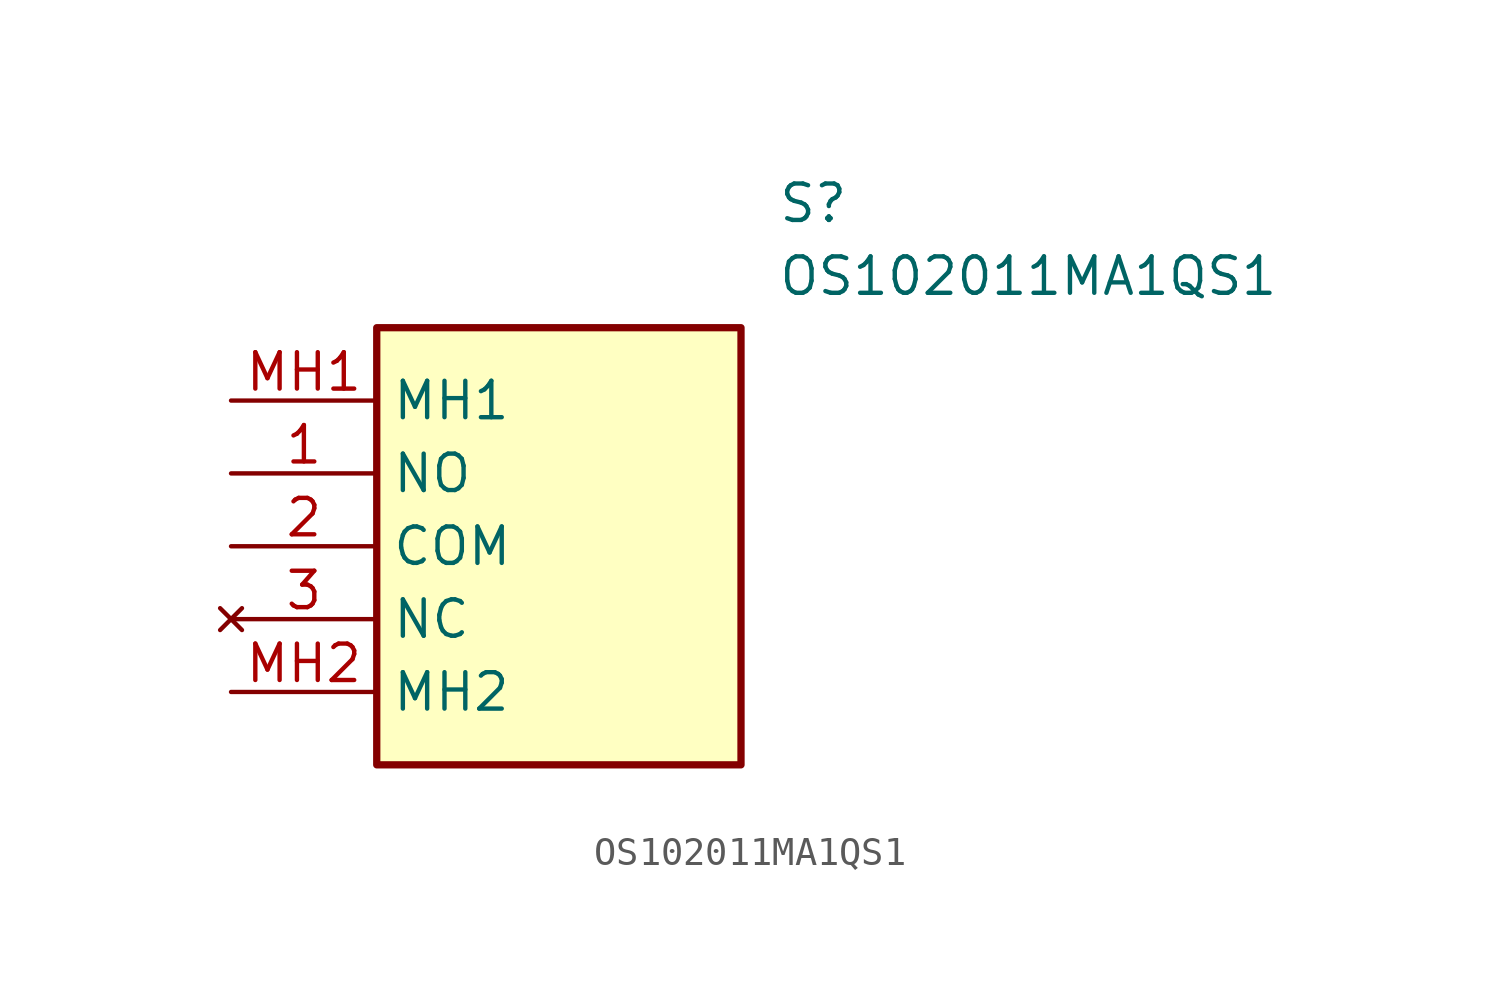
<source format=kicad_sym>
(kicad_symbol_lib
  (version 20211014)
  (generator SamacSys_ECAD_Model)
  (symbol "OS102011MA1QS1"
    (property "Reference" "S"
      (at 19.05 7.62 0)
      (effects (font (size 1.27 1.27)) (justify left top)))
    (property "Value" "OS102011MA1QS1"
      (at 19.05 5.08 0)
      (effects (font (size 1.27 1.27)) (justify left top)))
    (rectangle
      (start 5.08 2.54)
      (end 17.78 -12.7)
      (stroke (width 0.254) (type default))
      (fill (type background)))
    (pin passive line
      (at 0 -2.54 0)
      (length 5.08)
      (name "NO" (effects (font (size 1.27 1.27))))
      (number "1" (effects (font (size 1.27 1.27)))))
    (pin passive line
      (at 0 -5.08 0)
      (length 5.08)
      (name "COM" (effects (font (size 1.27 1.27))))
      (number "2" (effects (font (size 1.27 1.27)))))
    (pin no_connect line
      (at 0 -7.62 0)
      (length 5.08)
      (name "NC" (effects (font (size 1.27 1.27))))
      (number "3" (effects (font (size 1.27 1.27)))))
    (pin passive line
      (at 0 0 0)
      (length 5.08)
      (name "MH1" (effects (font (size 1.27 1.27))))
      (number "MH1" (effects (font (size 1.27 1.27)))))
    (pin passive line
      (at 0 -10.16 0)
      (length 5.08)
      (name "MH2" (effects (font (size 1.27 1.27))))
      (number "MH2" (effects (font (size 1.27 1.27)))))))
</source>
